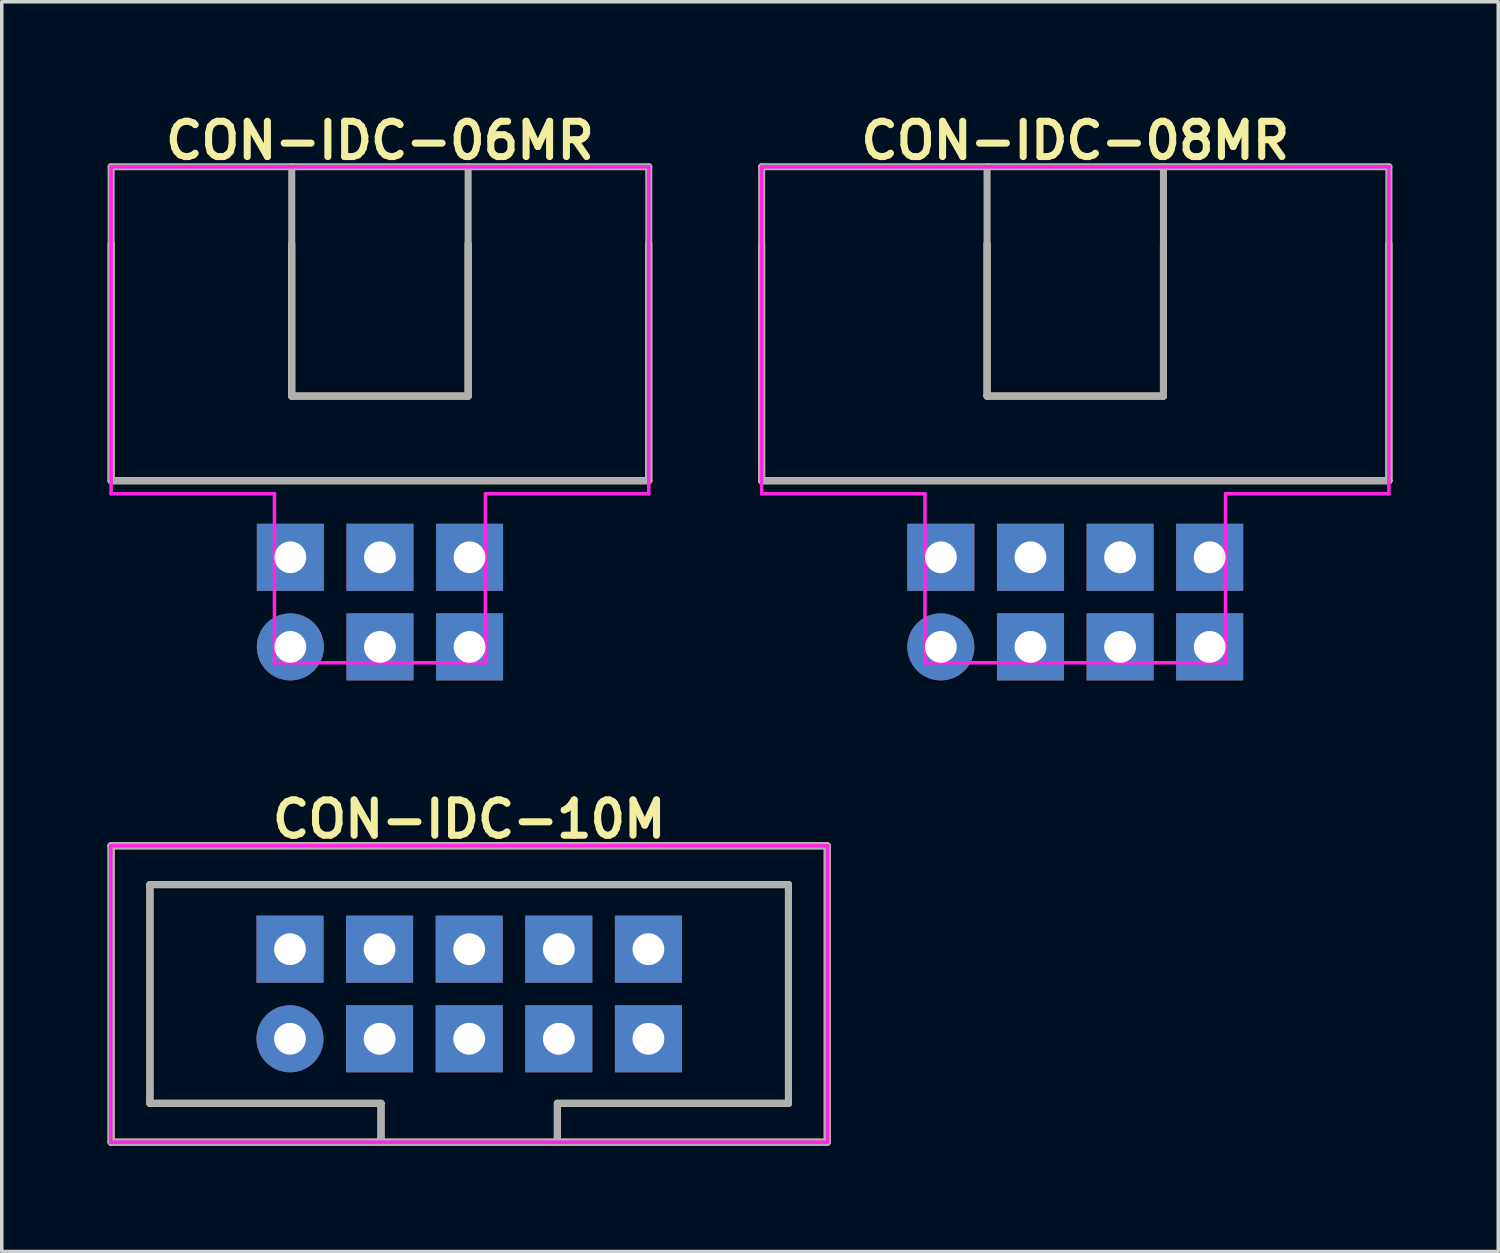
<source format=kicad_pcb>
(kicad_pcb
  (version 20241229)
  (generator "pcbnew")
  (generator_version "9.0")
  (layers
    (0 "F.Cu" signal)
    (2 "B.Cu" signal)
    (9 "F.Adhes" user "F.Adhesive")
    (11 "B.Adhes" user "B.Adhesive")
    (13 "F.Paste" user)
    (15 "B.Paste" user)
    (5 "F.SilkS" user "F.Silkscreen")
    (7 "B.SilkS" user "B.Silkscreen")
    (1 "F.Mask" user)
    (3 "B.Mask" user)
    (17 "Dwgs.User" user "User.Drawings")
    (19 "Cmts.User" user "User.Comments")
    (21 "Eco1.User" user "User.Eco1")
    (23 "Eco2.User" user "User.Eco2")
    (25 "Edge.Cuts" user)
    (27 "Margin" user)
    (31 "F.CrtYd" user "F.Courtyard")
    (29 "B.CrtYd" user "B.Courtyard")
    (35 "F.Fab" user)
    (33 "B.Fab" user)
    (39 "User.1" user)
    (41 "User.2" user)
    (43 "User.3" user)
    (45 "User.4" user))
  (footprint "CON-IDC-08MR"
    (layer "F.Cu")
    (at 27.43 14.017)
    (property "Reference" "CON-IDC-08MR" (at 0 -13.081 0) (layer "F.SilkS") (effects (font (size 1 1) (thickness 0.2))))
    (attr through_hole)
    (fp_line (start -8.89 -10.16) (end -8.89 -3.44) (stroke (width 0.2) (type solid)) (layer "F.SilkS"))
    (fp_line (start -8.89 -3.44) (end 8.89 -3.44) (stroke (width 0.2) (type solid)) (layer "F.SilkS"))
    (fp_line (start -2.5 -10.16) (end -2.5 -5.84) (stroke (width 0.2) (type solid)) (layer "F.SilkS"))
    (fp_line (start -2.5 -5.84) (end 2.5 -5.84) (stroke (width 0.2) (type solid)) (layer "F.SilkS"))
    (fp_line (start 2.5 -10.16) (end 2.5 -5.84) (stroke (width 0.2) (type solid)) (layer "F.SilkS"))
    (fp_line (start 8.89 -10.16) (end 8.89 -3.44) (stroke (width 0.2) (type solid)) (layer "F.SilkS"))
    (fp_line (start -8.89 -12.34) (end -8.89 -3.07) (stroke (width 0.1) (type solid)) (layer "F.CrtYd"))
    (fp_line (start -8.89 -12.34) (end 8.89 -12.34) (stroke (width 0.1) (type solid)) (layer "F.CrtYd"))
    (fp_line (start -8.89 -3.07) (end -4.26 -3.07) (stroke (width 0.1) (type solid)) (layer "F.CrtYd"))
    (fp_line (start -4.26 -3.07) (end -4.26 1.72) (stroke (width 0.1) (type solid)) (layer "F.CrtYd"))
    (fp_line (start -4.26 1.72) (end 4.26 1.72) (stroke (width 0.1) (type solid)) (layer "F.CrtYd"))
    (fp_line (start 4.26 -3.07) (end 4.26 1.72) (stroke (width 0.1) (type solid)) (layer "F.CrtYd"))
    (fp_line (start 4.26 -3.07) (end 8.89 -3.07) (stroke (width 0.1) (type solid)) (layer "F.CrtYd"))
    (fp_line (start 8.89 -12.34) (end 8.89 -3.07) (stroke (width 0.1) (type solid)) (layer "F.CrtYd"))
    (fp_line (start -8.89 -12.34) (end -8.89 -3.44) (stroke (width 0.2) (type solid)) (layer "F.Fab"))
    (fp_line (start -8.89 -12.34) (end 8.89 -12.34) (stroke (width 0.2) (type solid)) (layer "F.Fab"))
    (fp_line (start -8.89 -3.44) (end 8.89 -3.44) (stroke (width 0.2) (type solid)) (layer "F.Fab"))
    (fp_line (start -2.5 -12.34) (end -2.5 -5.84) (stroke (width 0.2) (type solid)) (layer "F.Fab"))
    (fp_line (start -2.5 -5.84) (end 2.5 -5.84) (stroke (width 0.2) (type solid)) (layer "F.Fab"))
    (fp_line (start 2.5 -12.34) (end 2.5 -5.84) (stroke (width 0.2) (type solid)) (layer "F.Fab"))
    (fp_line (start 8.89 -12.34) (end 8.89 -3.44) (stroke (width 0.2) (type solid)) (layer "F.Fab"))
    (pad "1" thru_hole circle (at -3.81 1.27) (size 1.9 1.9) (drill 0.9) (layers "B.Cu" "B.Mask"))
    (pad "2" thru_hole rect (at -3.81 -1.27) (size 1.9 1.9) (drill 0.9) (layers "B.Cu" "B.Mask"))
    (pad "3" thru_hole rect (at -1.27 1.27) (size 1.9 1.9) (drill 0.9) (layers "B.Cu" "B.Mask"))
    (pad "4" thru_hole rect (at -1.27 -1.27) (size 1.9 1.9) (drill 0.9) (layers "B.Cu" "B.Mask"))
    (pad "5" thru_hole rect (at 1.27 1.27) (size 1.9 1.9) (drill 0.9) (layers "B.Cu" "B.Mask"))
    (pad "6" thru_hole rect (at 1.27 -1.27) (size 1.9 1.9) (drill 0.9) (layers "B.Cu" "B.Mask"))
    (pad "7" thru_hole rect (at 3.81 1.27) (size 1.9 1.9) (drill 0.9) (layers "B.Cu" "B.Mask"))
    (pad "8" thru_hole rect (at 3.81 -1.27) (size 1.9 1.9) (drill 0.9) (layers "B.Cu" "B.Mask")))
  (footprint "CON-IDC-06MR"
    (layer "F.Cu")
    (at 7.72 14.017)
    (property "Reference" "CON-IDC-06MR" (at 0 -13.081 0) (layer "F.SilkS") (effects (font (size 1 1) (thickness 0.2))))
    (attr through_hole)
    (fp_line (start -7.62 -10.16) (end -7.62 -3.44) (stroke (width 0.2) (type solid)) (layer "F.SilkS"))
    (fp_line (start -7.62 -3.44) (end 7.62 -3.44) (stroke (width 0.2) (type solid)) (layer "F.SilkS"))
    (fp_line (start -2.5 -10.16) (end -2.5 -5.84) (stroke (width 0.2) (type solid)) (layer "F.SilkS"))
    (fp_line (start -2.5 -5.84) (end 2.5 -5.84) (stroke (width 0.2) (type solid)) (layer "F.SilkS"))
    (fp_line (start 2.5 -10.16) (end 2.5 -5.84) (stroke (width 0.2) (type solid)) (layer "F.SilkS"))
    (fp_line (start 7.62 -10.16) (end 7.62 -3.44) (stroke (width 0.2) (type solid)) (layer "F.SilkS"))
    (fp_line (start -7.62 -12.34) (end -7.62 -3.07) (stroke (width 0.1) (type solid)) (layer "F.CrtYd"))
    (fp_line (start -7.62 -12.34) (end 7.62 -12.34) (stroke (width 0.1) (type solid)) (layer "F.CrtYd"))
    (fp_line (start -7.62 -3.07) (end -2.99 -3.07) (stroke (width 0.1) (type solid)) (layer "F.CrtYd"))
    (fp_line (start -2.99 -3.07) (end -2.99 1.72) (stroke (width 0.1) (type solid)) (layer "F.CrtYd"))
    (fp_line (start -2.99 1.72) (end 2.99 1.72) (stroke (width 0.1) (type solid)) (layer "F.CrtYd"))
    (fp_line (start 2.99 -3.07) (end 2.99 1.72) (stroke (width 0.1) (type solid)) (layer "F.CrtYd"))
    (fp_line (start 2.99 -3.07) (end 7.62 -3.07) (stroke (width 0.1) (type solid)) (layer "F.CrtYd"))
    (fp_line (start 7.62 -12.34) (end 7.62 -3.07) (stroke (width 0.1) (type solid)) (layer "F.CrtYd"))
    (fp_line (start -7.62 -12.34) (end -7.62 -3.44) (stroke (width 0.2) (type solid)) (layer "F.Fab"))
    (fp_line (start -7.62 -12.34) (end 7.62 -12.34) (stroke (width 0.2) (type solid)) (layer "F.Fab"))
    (fp_line (start -7.62 -3.44) (end 7.62 -3.44) (stroke (width 0.2) (type solid)) (layer "F.Fab"))
    (fp_line (start -2.5 -12.34) (end -2.5 -5.84) (stroke (width 0.2) (type solid)) (layer "F.Fab"))
    (fp_line (start -2.5 -5.84) (end 2.5 -5.84) (stroke (width 0.2) (type solid)) (layer "F.Fab"))
    (fp_line (start 2.5 -12.34) (end 2.5 -5.84) (stroke (width 0.2) (type solid)) (layer "F.Fab"))
    (fp_line (start 7.62 -12.34) (end 7.62 -3.44) (stroke (width 0.2) (type solid)) (layer "F.Fab"))
    (pad "1" thru_hole circle (at -2.54 1.27) (size 1.9 1.9) (drill 0.9) (layers "B.Cu" "B.Mask"))
    (pad "2" thru_hole rect (at -2.54 -1.27) (size 1.9 1.9) (drill 0.9) (layers "B.Cu" "B.Mask"))
    (pad "3" thru_hole rect (at 0 1.27) (size 1.9 1.9) (drill 0.9) (layers "B.Cu" "B.Mask"))
    (pad "4" thru_hole rect (at 0 -1.27) (size 1.9 1.9) (drill 0.9) (layers "B.Cu" "B.Mask"))
    (pad "5" thru_hole rect (at 2.54 1.27) (size 1.9 1.9) (drill 0.9) (layers "B.Cu" "B.Mask"))
    (pad "6" thru_hole rect (at 2.54 -1.27) (size 1.9 1.9) (drill 0.9) (layers "B.Cu" "B.Mask")))
  (footprint "CON-IDC-10M"
    (layer "F.Cu")
    (at 10.25 25.126)
    (property "Reference" "CON-IDC-10M" (at 0 -4.953 0) (layer "F.SilkS") (effects (font (size 1 1) (thickness 0.2))))
    (attr through_hole)
    (fp_line (start -10.15 -4.2) (end -10.15 4.2) (stroke (width 0.2) (type solid)) (layer "F.SilkS"))
    (fp_line (start -10.15 -4.2) (end 10.15 -4.2) (stroke (width 0.2) (type solid)) (layer "F.SilkS"))
    (fp_line (start -10.15 4.2) (end 10.15 4.2) (stroke (width 0.2) (type solid)) (layer "F.SilkS"))
    (fp_line (start -9.05 -3.1) (end -9.05 3.1) (stroke (width 0.2) (type solid)) (layer "F.SilkS"))
    (fp_line (start -9.05 -3.1) (end 9.05 -3.1) (stroke (width 0.2) (type solid)) (layer "F.SilkS"))
    (fp_line (start -9.05 3.1) (end -2.5 3.1) (stroke (width 0.2) (type solid)) (layer "F.SilkS"))
    (fp_line (start -2.5 3.1) (end -2.5 4.2) (stroke (width 0.2) (type solid)) (layer "F.SilkS"))
    (fp_line (start 2.5 3.1) (end 2.5 4.2) (stroke (width 0.2) (type solid)) (layer "F.SilkS"))
    (fp_line (start 2.5 3.1) (end 9.05 3.1) (stroke (width 0.2) (type solid)) (layer "F.SilkS"))
    (fp_line (start 9.05 -3.1) (end 9.05 3.1) (stroke (width 0.2) (type solid)) (layer "F.SilkS"))
    (fp_line (start 10.15 -4.2) (end 10.15 4.2) (stroke (width 0.2) (type solid)) (layer "F.SilkS"))
    (fp_line (start -10.16 -4.2) (end -10.16 4.2) (stroke (width 0.1) (type solid)) (layer "F.CrtYd"))
    (fp_line (start -10.16 -4.2) (end 10.16 -4.2) (stroke (width 0.1) (type solid)) (layer "F.CrtYd"))
    (fp_line (start -10.16 4.2) (end 10.16 4.2) (stroke (width 0.1) (type solid)) (layer "F.CrtYd"))
    (fp_line (start 10.16 -4.2) (end 10.16 4.2) (stroke (width 0.1) (type solid)) (layer "F.CrtYd"))
    (fp_line (start -10.15 -4.2) (end -10.15 4.2) (stroke (width 0.2) (type solid)) (layer "F.Fab"))
    (fp_line (start -10.15 -4.2) (end 10.15 -4.2) (stroke (width 0.2) (type solid)) (layer "F.Fab"))
    (fp_line (start -10.15 4.2) (end 10.15 4.2) (stroke (width 0.2) (type solid)) (layer "F.Fab"))
    (fp_line (start -9.05 -3.1) (end -9.05 3.1) (stroke (width 0.2) (type solid)) (layer "F.Fab"))
    (fp_line (start -9.05 -3.1) (end 9.05 -3.1) (stroke (width 0.2) (type solid)) (layer "F.Fab"))
    (fp_line (start -9.05 3.1) (end -2.5 3.1) (stroke (width 0.2) (type solid)) (layer "F.Fab"))
    (fp_line (start -2.5 3.1) (end -2.5 4.2) (stroke (width 0.2) (type solid)) (layer "F.Fab"))
    (fp_line (start 2.5 3.1) (end 2.5 4.2) (stroke (width 0.2) (type solid)) (layer "F.Fab"))
    (fp_line (start 2.5 3.1) (end 9.05 3.1) (stroke (width 0.2) (type solid)) (layer "F.Fab"))
    (fp_line (start 9.05 -3.1) (end 9.05 3.1) (stroke (width 0.2) (type solid)) (layer "F.Fab"))
    (fp_line (start 10.15 -4.2) (end 10.15 4.2) (stroke (width 0.2) (type solid)) (layer "F.Fab"))
    (pad "1" thru_hole circle (at -5.08 1.27) (size 1.9 1.9) (drill 0.9) (layers "B.Cu" "B.Mask"))
    (pad "2" thru_hole rect (at -5.08 -1.27) (size 1.9 1.9) (drill 0.9) (layers "B.Cu" "B.Mask"))
    (pad "3" thru_hole rect (at -2.54 1.27) (size 1.9 1.9) (drill 0.9) (layers "B.Cu" "B.Mask"))
    (pad "4" thru_hole rect (at -2.54 -1.27) (size 1.9 1.9) (drill 0.9) (layers "B.Cu" "B.Mask"))
    (pad "5" thru_hole rect (at 0 1.27) (size 1.9 1.9) (drill 0.9) (layers "B.Cu" "B.Mask"))
    (pad "6" thru_hole rect (at 0 -1.27) (size 1.9 1.9) (drill 0.9) (layers "B.Cu" "B.Mask"))
    (pad "7" thru_hole rect (at 2.54 1.27) (size 1.9 1.9) (drill 0.9) (layers "B.Cu" "B.Mask"))
    (pad "8" thru_hole rect (at 2.54 -1.27) (size 1.9 1.9) (drill 0.9) (layers "B.Cu" "B.Mask"))
    (pad "9" thru_hole rect (at 5.08 1.27) (size 1.9 1.9) (drill 0.9) (layers "B.Cu" "B.Mask"))
    (pad "10" thru_hole rect (at 5.08 -1.27) (size 1.9 1.9) (drill 0.9) (layers "B.Cu" "B.Mask")))
  (gr_rect
    (start -3 -3)
    (end 39.42 32.426)
    (stroke (width 0.1) (type default))
    (fill no)
    (layer "Edge.Cuts")))
</source>
